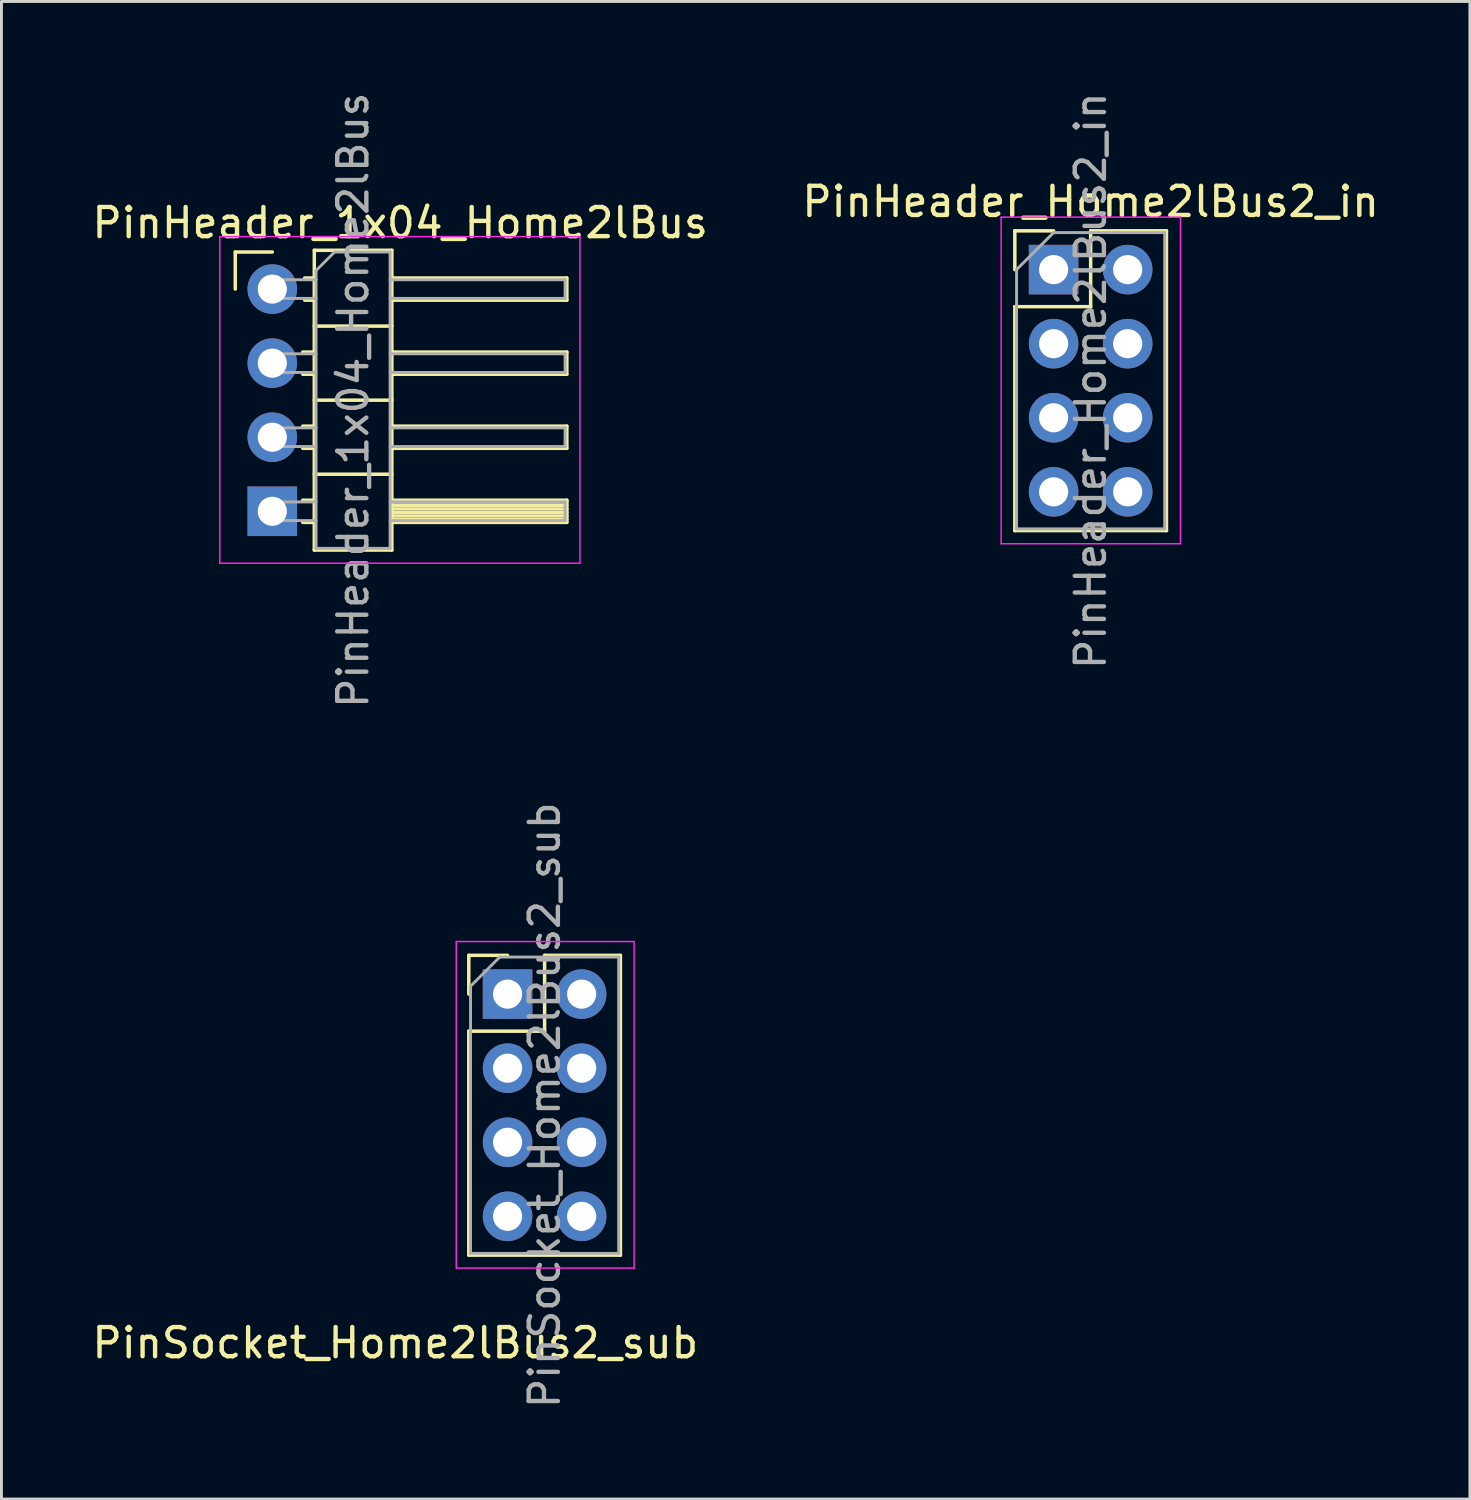
<source format=kicad_pcb>
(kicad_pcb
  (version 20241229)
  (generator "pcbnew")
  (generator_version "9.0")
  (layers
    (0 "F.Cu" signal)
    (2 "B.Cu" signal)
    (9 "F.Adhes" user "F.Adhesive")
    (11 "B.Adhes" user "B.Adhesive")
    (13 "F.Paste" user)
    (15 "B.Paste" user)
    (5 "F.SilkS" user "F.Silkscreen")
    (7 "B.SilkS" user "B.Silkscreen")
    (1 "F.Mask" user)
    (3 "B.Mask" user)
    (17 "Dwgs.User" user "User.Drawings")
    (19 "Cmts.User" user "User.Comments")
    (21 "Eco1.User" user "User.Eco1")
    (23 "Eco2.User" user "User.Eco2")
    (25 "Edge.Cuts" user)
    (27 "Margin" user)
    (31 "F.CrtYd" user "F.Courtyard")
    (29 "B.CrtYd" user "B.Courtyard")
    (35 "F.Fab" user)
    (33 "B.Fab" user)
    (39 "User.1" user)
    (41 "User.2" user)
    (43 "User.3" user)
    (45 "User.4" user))
  (footprint "PinHeader_Home2lBus2_in"
    (layer "F.Cu")
    (at 33.081 6.196)
    (property "Reference" "PinHeader_Home2lBus2_in" (at 1.27 -2.33 0) (layer "F.SilkS") (effects (font (size 1 1) (thickness 0.15))))
    (attr through_hole)
    (fp_line (start -1.33 -1.33) (end 0 -1.33) (stroke (width 0.12) (type solid)) (layer "F.SilkS"))
    (fp_line (start -1.33 0) (end -1.33 -1.33) (stroke (width 0.12) (type solid)) (layer "F.SilkS"))
    (fp_line (start -1.33 1.27) (end -1.33 8.95) (stroke (width 0.12) (type solid)) (layer "F.SilkS"))
    (fp_line (start -1.33 1.27) (end 1.27 1.27) (stroke (width 0.12) (type solid)) (layer "F.SilkS"))
    (fp_line (start -1.33 8.95) (end 3.87 8.95) (stroke (width 0.12) (type solid)) (layer "F.SilkS"))
    (fp_line (start 1.27 -1.33) (end 3.87 -1.33) (stroke (width 0.12) (type solid)) (layer "F.SilkS"))
    (fp_line (start 1.27 1.27) (end 1.27 -1.33) (stroke (width 0.12) (type solid)) (layer "F.SilkS"))
    (fp_line (start 3.87 -1.33) (end 3.87 8.95) (stroke (width 0.12) (type solid)) (layer "F.SilkS"))
    (fp_line (start -1.8 -1.8) (end -1.8 9.4) (stroke (width 0.05) (type solid)) (layer "F.CrtYd"))
    (fp_line (start -1.8 9.4) (end 4.35 9.4) (stroke (width 0.05) (type solid)) (layer "F.CrtYd"))
    (fp_line (start 4.35 -1.8) (end -1.8 -1.8) (stroke (width 0.05) (type solid)) (layer "F.CrtYd"))
    (fp_line (start 4.35 9.4) (end 4.35 -1.8) (stroke (width 0.05) (type solid)) (layer "F.CrtYd"))
    (fp_line (start -1.27 0) (end 0 -1.27) (stroke (width 0.1) (type solid)) (layer "F.Fab"))
    (fp_line (start -1.27 8.89) (end -1.27 0) (stroke (width 0.1) (type solid)) (layer "F.Fab"))
    (fp_line (start 0 -1.27) (end 3.81 -1.27) (stroke (width 0.1) (type solid)) (layer "F.Fab"))
    (fp_line (start 3.81 -1.27) (end 3.81 8.89) (stroke (width 0.1) (type solid)) (layer "F.Fab"))
    (fp_line (start 3.81 8.89) (end -1.27 8.89) (stroke (width 0.1) (type solid)) (layer "F.Fab"))
    (fp_text user "${REFERENCE}" (at 1.27 3.81 90) (layer "F.Fab") (effects (font (size 1 1) (thickness 0.15))))
    (pad "1" thru_hole rect (at 0 0) (size 1.7 1.7) (drill 1) (layers "*.Cu" "*.Mask"))
    (pad "2" thru_hole oval (at 0 2.54) (size 1.7 1.7) (drill 1) (layers "*.Cu" "*.Mask"))
    (pad "3" thru_hole oval (at 0 5.08) (size 1.7 1.7) (drill 1) (layers "*.Cu" "*.Mask"))
    (pad "4" thru_hole oval (at 0 7.62) (size 1.7 1.7) (drill 1) (layers "*.Cu" "*.Mask"))
    (pad "5" thru_hole oval (at 2.54 7.62) (size 1.7 1.7) (drill 1) (layers "*.Cu" "*.Mask"))
    (pad "6" thru_hole oval (at 2.54 5.08) (size 1.7 1.7) (drill 1) (layers "*.Cu" "*.Mask"))
    (pad "7" thru_hole oval (at 2.54 2.54) (size 1.7 1.7) (drill 1) (layers "*.Cu" "*.Mask"))
    (pad "8" thru_hole oval (at 2.54 0) (size 1.7 1.7) (drill 1) (layers "*.Cu" "*.Mask")))
  (footprint "PinSocket_Home2lBus2_sub"
    (layer "F.Cu")
    (at 16.856 31.041)
    (property "Reference" "PinSocket_Home2lBus2_sub" (at -6.35 11.962 0) (layer "F.SilkS") (effects (font (size 1 1) (thickness 0.15))))
    (attr through_hole)
    (fp_line (start -3.83 -1.33) (end -3.83 0) (stroke (width 0.12) (type solid)) (layer "F.SilkS"))
    (fp_line (start -3.83 1.27) (end -3.83 8.95) (stroke (width 0.12) (type solid)) (layer "F.SilkS"))
    (fp_line (start -2.5 -1.33) (end -3.83 -1.33) (stroke (width 0.12) (type solid)) (layer "F.SilkS"))
    (fp_line (start -1.23 -1.33) (end -1.23 1.27) (stroke (width 0.12) (type solid)) (layer "F.SilkS"))
    (fp_line (start -1.23 1.27) (end -3.83 1.27) (stroke (width 0.12) (type solid)) (layer "F.SilkS"))
    (fp_line (start 1.37 -1.33) (end -1.23 -1.33) (stroke (width 0.12) (type solid)) (layer "F.SilkS"))
    (fp_line (start 1.37 -1.33) (end 1.37 8.95) (stroke (width 0.12) (type solid)) (layer "F.SilkS"))
    (fp_line (start 1.37 8.95) (end -3.83 8.95) (stroke (width 0.12) (type solid)) (layer "F.SilkS"))
    (fp_line (start -4.26 -1.8) (end -4.26 9.4) (stroke (width 0.05) (type solid)) (layer "F.CrtYd"))
    (fp_line (start -4.257 -1.804) (end 1.843 -1.804) (stroke (width 0.05) (type solid)) (layer "F.CrtYd"))
    (fp_line (start 1.84 9.4) (end 1.84 -1.8) (stroke (width 0.05) (type solid)) (layer "F.CrtYd"))
    (fp_line (start 1.846 9.395) (end -4.254 9.395) (stroke (width 0.05) (type solid)) (layer "F.CrtYd"))
    (fp_line (start -3.77 -0.27) (end -3.77 8.89) (stroke (width 0.1) (type solid)) (layer "F.Fab"))
    (fp_line (start -3.77 8.89) (end 1.31 8.89) (stroke (width 0.1) (type solid)) (layer "F.Fab"))
    (fp_line (start -2.77 -1.27) (end -3.77 -0.27) (stroke (width 0.1) (type solid)) (layer "F.Fab"))
    (fp_line (start 1.31 -1.27) (end -2.77 -1.27) (stroke (width 0.1) (type solid)) (layer "F.Fab"))
    (fp_line (start 1.31 8.89) (end 1.31 -1.27) (stroke (width 0.1) (type solid)) (layer "F.Fab"))
    (fp_text user "${REFERENCE}" (at -1.23 3.81 90) (layer "F.Fab") (effects (font (size 1 1) (thickness 0.15))))
    (pad "1" thru_hole rect (at -2.5 0) (size 1.7 1.7) (drill 1) (layers "*.Cu" "*.Mask"))
    (pad "2" thru_hole oval (at -2.5 2.54) (size 1.7 1.7) (drill 1) (layers "*.Cu" "*.Mask"))
    (pad "3" thru_hole oval (at -2.5 5.08) (size 1.7 1.7) (drill 1) (layers "*.Cu" "*.Mask"))
    (pad "4" thru_hole oval (at -2.5 7.62) (size 1.7 1.7) (drill 1) (layers "*.Cu" "*.Mask"))
    (pad "5" thru_hole oval (at 0.04 7.62) (size 1.7 1.7) (drill 1) (layers "*.Cu" "*.Mask"))
    (pad "6" thru_hole oval (at 0.04 5.08) (size 1.7 1.7) (drill 1) (layers "*.Cu" "*.Mask"))
    (pad "7" thru_hole oval (at 0.04 2.54) (size 1.7 1.7) (drill 1) (layers "*.Cu" "*.Mask"))
    (pad "8" thru_hole oval (at 0.04 0) (size 1.7 1.7) (drill 1) (layers "*.Cu" "*.Mask")))
  (footprint "PinHeader_1x04_Home2lBus"
    (layer "F.Cu")
    (at 6.288 6.863)
    (property "Reference" "PinHeader_1x04_Home2lBus" (at 4.385 -2.27 0) (layer "F.SilkS") (effects (font (size 1 1) (thickness 0.15))))
    (attr through_hole)
    (fp_line (start -1.27 -1.27) (end 0 -1.27) (stroke (width 0.12) (type solid)) (layer "F.SilkS"))
    (fp_line (start -1.27 0) (end -1.27 -1.27) (stroke (width 0.12) (type solid)) (layer "F.SilkS"))
    (fp_line (start 1.043 2.16) (end 1.44 2.16) (stroke (width 0.12) (type solid)) (layer "F.SilkS"))
    (fp_line (start 1.043 2.92) (end 1.44 2.92) (stroke (width 0.12) (type solid)) (layer "F.SilkS"))
    (fp_line (start 1.043 4.7) (end 1.44 4.7) (stroke (width 0.12) (type solid)) (layer "F.SilkS"))
    (fp_line (start 1.043 5.46) (end 1.44 5.46) (stroke (width 0.12) (type solid)) (layer "F.SilkS"))
    (fp_line (start 1.043 7.24) (end 1.44 7.24) (stroke (width 0.12) (type solid)) (layer "F.SilkS"))
    (fp_line (start 1.043 8) (end 1.44 8) (stroke (width 0.12) (type solid)) (layer "F.SilkS"))
    (fp_line (start 1.11 -0.38) (end 1.44 -0.38) (stroke (width 0.12) (type solid)) (layer "F.SilkS"))
    (fp_line (start 1.11 0.38) (end 1.44 0.38) (stroke (width 0.12) (type solid)) (layer "F.SilkS"))
    (fp_line (start 1.44 -1.33) (end 1.44 8.95) (stroke (width 0.12) (type solid)) (layer "F.SilkS"))
    (fp_line (start 1.44 1.27) (end 4.1 1.27) (stroke (width 0.12) (type solid)) (layer "F.SilkS"))
    (fp_line (start 1.44 3.81) (end 4.1 3.81) (stroke (width 0.12) (type solid)) (layer "F.SilkS"))
    (fp_line (start 1.44 6.35) (end 4.1 6.35) (stroke (width 0.12) (type solid)) (layer "F.SilkS"))
    (fp_line (start 1.44 8.95) (end 4.1 8.95) (stroke (width 0.12) (type solid)) (layer "F.SilkS"))
    (fp_line (start 4.1 -1.33) (end 1.44 -1.33) (stroke (width 0.12) (type solid)) (layer "F.SilkS"))
    (fp_line (start 4.1 -0.38) (end 10.1 -0.38) (stroke (width 0.12) (type solid)) (layer "F.SilkS"))
    (fp_line (start 4.1 2.16) (end 10.1 2.16) (stroke (width 0.12) (type solid)) (layer "F.SilkS"))
    (fp_line (start 4.1 4.7) (end 10.1 4.7) (stroke (width 0.12) (type solid)) (layer "F.SilkS"))
    (fp_line (start 4.1 7.24) (end 10.1 7.24) (stroke (width 0.12) (type solid)) (layer "F.SilkS"))
    (fp_line (start 4.1 7.3) (end 10.1 7.3) (stroke (width 0.12) (type solid)) (layer "F.SilkS"))
    (fp_line (start 4.1 7.42) (end 10.1 7.42) (stroke (width 0.12) (type solid)) (layer "F.SilkS"))
    (fp_line (start 4.1 7.54) (end 10.1 7.54) (stroke (width 0.12) (type solid)) (layer "F.SilkS"))
    (fp_line (start 4.1 7.66) (end 10.1 7.66) (stroke (width 0.12) (type solid)) (layer "F.SilkS"))
    (fp_line (start 4.1 7.78) (end 10.1 7.78) (stroke (width 0.12) (type solid)) (layer "F.SilkS"))
    (fp_line (start 4.1 7.9) (end 10.1 7.9) (stroke (width 0.12) (type solid)) (layer "F.SilkS"))
    (fp_line (start 4.1 8.95) (end 4.1 -1.33) (stroke (width 0.12) (type solid)) (layer "F.SilkS"))
    (fp_line (start 10.1 -0.38) (end 10.1 0.38) (stroke (width 0.12) (type solid)) (layer "F.SilkS"))
    (fp_line (start 10.1 0.38) (end 4.1 0.38) (stroke (width 0.12) (type solid)) (layer "F.SilkS"))
    (fp_line (start 10.1 2.16) (end 10.1 2.92) (stroke (width 0.12) (type solid)) (layer "F.SilkS"))
    (fp_line (start 10.1 2.92) (end 4.1 2.92) (stroke (width 0.12) (type solid)) (layer "F.SilkS"))
    (fp_line (start 10.1 4.7) (end 10.1 5.46) (stroke (width 0.12) (type solid)) (layer "F.SilkS"))
    (fp_line (start 10.1 5.46) (end 4.1 5.46) (stroke (width 0.12) (type solid)) (layer "F.SilkS"))
    (fp_line (start 10.1 7.24) (end 10.1 8) (stroke (width 0.12) (type solid)) (layer "F.SilkS"))
    (fp_line (start 10.1 8) (end 4.1 8) (stroke (width 0.12) (type solid)) (layer "F.SilkS"))
    (fp_line (start -1.8 -1.8) (end -1.8 9.4) (stroke (width 0.05) (type solid)) (layer "F.CrtYd"))
    (fp_line (start -1.8 9.4) (end 10.55 9.4) (stroke (width 0.05) (type solid)) (layer "F.CrtYd"))
    (fp_line (start 10.55 -1.8) (end -1.8 -1.8) (stroke (width 0.05) (type solid)) (layer "F.CrtYd"))
    (fp_line (start 10.55 9.4) (end 10.55 -1.8) (stroke (width 0.05) (type solid)) (layer "F.CrtYd"))
    (fp_line (start -0.32 -0.32) (end -0.32 0.32) (stroke (width 0.1) (type solid)) (layer "F.Fab"))
    (fp_line (start -0.32 -0.32) (end 1.5 -0.32) (stroke (width 0.1) (type solid)) (layer "F.Fab"))
    (fp_line (start -0.32 0.32) (end 1.5 0.32) (stroke (width 0.1) (type solid)) (layer "F.Fab"))
    (fp_line (start -0.32 2.22) (end -0.32 2.86) (stroke (width 0.1) (type solid)) (layer "F.Fab"))
    (fp_line (start -0.32 2.22) (end 1.5 2.22) (stroke (width 0.1) (type solid)) (layer "F.Fab"))
    (fp_line (start -0.32 2.86) (end 1.5 2.86) (stroke (width 0.1) (type solid)) (layer "F.Fab"))
    (fp_line (start -0.32 4.76) (end -0.32 5.4) (stroke (width 0.1) (type solid)) (layer "F.Fab"))
    (fp_line (start -0.32 4.76) (end 1.5 4.76) (stroke (width 0.1) (type solid)) (layer "F.Fab"))
    (fp_line (start -0.32 5.4) (end 1.5 5.4) (stroke (width 0.1) (type solid)) (layer "F.Fab"))
    (fp_line (start -0.32 7.3) (end -0.32 7.94) (stroke (width 0.1) (type solid)) (layer "F.Fab"))
    (fp_line (start -0.32 7.3) (end 1.5 7.3) (stroke (width 0.1) (type solid)) (layer "F.Fab"))
    (fp_line (start -0.32 7.94) (end 1.5 7.94) (stroke (width 0.1) (type solid)) (layer "F.Fab"))
    (fp_line (start 1.5 -0.635) (end 2.135 -1.27) (stroke (width 0.1) (type solid)) (layer "F.Fab"))
    (fp_line (start 1.5 8.89) (end 1.5 -0.635) (stroke (width 0.1) (type solid)) (layer "F.Fab"))
    (fp_line (start 2.135 -1.27) (end 4.04 -1.27) (stroke (width 0.1) (type solid)) (layer "F.Fab"))
    (fp_line (start 4.04 -1.27) (end 4.04 8.89) (stroke (width 0.1) (type solid)) (layer "F.Fab"))
    (fp_line (start 4.04 -0.32) (end 10.04 -0.32) (stroke (width 0.1) (type solid)) (layer "F.Fab"))
    (fp_line (start 4.04 0.32) (end 10.04 0.32) (stroke (width 0.1) (type solid)) (layer "F.Fab"))
    (fp_line (start 4.04 2.22) (end 10.04 2.22) (stroke (width 0.1) (type solid)) (layer "F.Fab"))
    (fp_line (start 4.04 2.86) (end 10.04 2.86) (stroke (width 0.1) (type solid)) (layer "F.Fab"))
    (fp_line (start 4.04 4.76) (end 10.04 4.76) (stroke (width 0.1) (type solid)) (layer "F.Fab"))
    (fp_line (start 4.04 5.4) (end 10.04 5.4) (stroke (width 0.1) (type solid)) (layer "F.Fab"))
    (fp_line (start 4.04 7.3) (end 10.04 7.3) (stroke (width 0.1) (type solid)) (layer "F.Fab"))
    (fp_line (start 4.04 7.94) (end 10.04 7.94) (stroke (width 0.1) (type solid)) (layer "F.Fab"))
    (fp_line (start 4.04 8.89) (end 1.5 8.89) (stroke (width 0.1) (type solid)) (layer "F.Fab"))
    (fp_line (start 10.04 -0.32) (end 10.04 0.32) (stroke (width 0.1) (type solid)) (layer "F.Fab"))
    (fp_line (start 10.04 2.22) (end 10.04 2.86) (stroke (width 0.1) (type solid)) (layer "F.Fab"))
    (fp_line (start 10.04 4.76) (end 10.04 5.4) (stroke (width 0.1) (type solid)) (layer "F.Fab"))
    (fp_line (start 10.04 7.3) (end 10.04 7.94) (stroke (width 0.1) (type solid)) (layer "F.Fab"))
    (fp_text user "${REFERENCE}" (at 2.77 3.81 90) (layer "F.Fab") (effects (font (size 1 1) (thickness 0.15))))
    (pad "1" thru_hole rect (at 0 7.62 180) (size 1.7 1.7) (drill 1) (layers "*.Cu" "*.Mask"))
    (pad "2" thru_hole oval (at 0 5.08 180) (size 1.7 1.7) (drill 1) (layers "*.Cu" "*.Mask"))
    (pad "3" thru_hole oval (at 0 2.54 180) (size 1.7 1.7) (drill 1) (layers "*.Cu" "*.Mask"))
    (pad "4" thru_hole oval (at 0 0 180) (size 1.7 1.7) (drill 1) (layers "*.Cu" "*.Mask")))
  (gr_rect
    (start -3 -3)
    (end 47.357 48.357)
    (stroke (width 0.1) (type default))
    (fill no)
    (layer "Edge.Cuts")))
</source>
